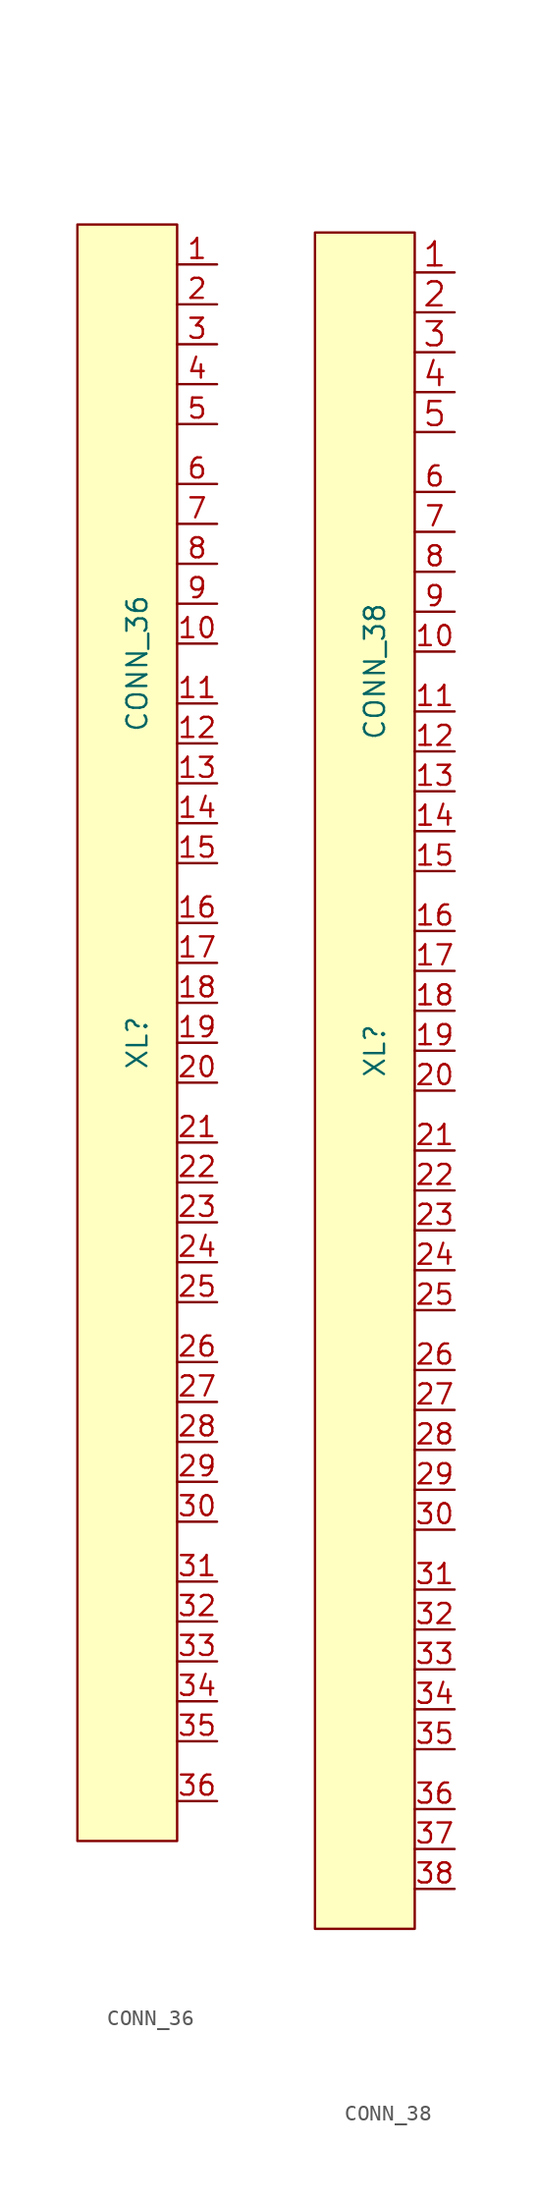
<source format=kicad_sym>
(kicad_symbol_lib
  (version 20201005)
  (generator kicad_symbol_editor)
  (symbol "Connectors_kl:CONN_36"
    (pin_names
      (offset 1.016))
    (property "Reference" "XL"
      (at -1.27 -24.13 90)
      (effects (font (size 1.27 1.27))))
    (property "Value" "CONN_36"
      (at -1.27 0 90)
      (effects (font (size 1.27 1.27))))
    (property "Footprint" ""
      (at 0 0 0)
      (effects (font (size 1.524 1.524))))
    (property "Datasheet" ""
      (at 0 0 0)
      (effects (font (size 1.524 1.524))))
    (symbol "CONN_36_0_1"
      (rectangle (start -5.08 27.94) (end 1.27 -74.93) (stroke (width 0)) (fill (type background))))
    (symbol "CONN_36_1_1"
      (pin passive line (at 3.81 25.4 180) (length 2.54) (name "~" (effects (font (size 1.27 1.27)))) (number "1" (effects (font (size 1.27 1.27)))))
      (pin passive line (at 3.81 1.27 180) (length 2.54) (name "~" (effects (font (size 1.27 1.27)))) (number "10" (effects (font (size 1.27 1.27)))))
      (pin passive line (at 3.81 -2.54 180) (length 2.54) (name "~" (effects (font (size 1.27 1.27)))) (number "11" (effects (font (size 1.27 1.27)))))
      (pin passive line (at 3.81 -5.08 180) (length 2.54) (name "~" (effects (font (size 1.27 1.27)))) (number "12" (effects (font (size 1.27 1.27)))))
      (pin passive line (at 3.81 -7.62 180) (length 2.54) (name "~" (effects (font (size 1.27 1.27)))) (number "13" (effects (font (size 1.27 1.27)))))
      (pin passive line (at 3.81 -10.16 180) (length 2.54) (name "~" (effects (font (size 1.27 1.27)))) (number "14" (effects (font (size 1.27 1.27)))))
      (pin passive line (at 3.81 -12.7 180) (length 2.54) (name "~" (effects (font (size 1.27 1.27)))) (number "15" (effects (font (size 1.27 1.27)))))
      (pin passive line (at 3.81 -16.51 180) (length 2.54) (name "~" (effects (font (size 1.27 1.27)))) (number "16" (effects (font (size 1.27 1.27)))))
      (pin passive line (at 3.81 -19.05 180) (length 2.54) (name "~" (effects (font (size 1.27 1.27)))) (number "17" (effects (font (size 1.27 1.27)))))
      (pin passive line (at 3.81 -21.59 180) (length 2.54) (name "~" (effects (font (size 1.27 1.27)))) (number "18" (effects (font (size 1.27 1.27)))))
      (pin passive line (at 3.81 -24.13 180) (length 2.54) (name "~" (effects (font (size 1.27 1.27)))) (number "19" (effects (font (size 1.27 1.27)))))
      (pin passive line (at 3.81 22.86 180) (length 2.54) (name "~" (effects (font (size 1.27 1.27)))) (number "2" (effects (font (size 1.27 1.27)))))
      (pin passive line (at 3.81 -26.67 180) (length 2.54) (name "~" (effects (font (size 1.27 1.27)))) (number "20" (effects (font (size 1.27 1.27)))))
      (pin passive line (at 3.81 -30.48 180) (length 2.54) (name "~" (effects (font (size 1.27 1.27)))) (number "21" (effects (font (size 1.27 1.27)))))
      (pin passive line (at 3.81 -33.02 180) (length 2.54) (name "~" (effects (font (size 1.27 1.27)))) (number "22" (effects (font (size 1.27 1.27)))))
      (pin passive line (at 3.81 -35.56 180) (length 2.54) (name "~" (effects (font (size 1.27 1.27)))) (number "23" (effects (font (size 1.27 1.27)))))
      (pin passive line (at 3.81 -38.1 180) (length 2.54) (name "~" (effects (font (size 1.27 1.27)))) (number "24" (effects (font (size 1.27 1.27)))))
      (pin passive line (at 3.81 -40.64 180) (length 2.54) (name "~" (effects (font (size 1.27 1.27)))) (number "25" (effects (font (size 1.27 1.27)))))
      (pin passive line (at 3.81 -44.45 180) (length 2.54) (name "~" (effects (font (size 1.27 1.27)))) (number "26" (effects (font (size 1.27 1.27)))))
      (pin passive line (at 3.81 -46.99 180) (length 2.54) (name "~" (effects (font (size 1.27 1.27)))) (number "27" (effects (font (size 1.27 1.27)))))
      (pin passive line (at 3.81 -49.53 180) (length 2.54) (name "~" (effects (font (size 1.27 1.27)))) (number "28" (effects (font (size 1.27 1.27)))))
      (pin passive line (at 3.81 -52.07 180) (length 2.54) (name "~" (effects (font (size 1.27 1.27)))) (number "29" (effects (font (size 1.27 1.27)))))
      (pin passive line (at 3.81 20.32 180) (length 2.54) (name "~" (effects (font (size 1.27 1.27)))) (number "3" (effects (font (size 1.27 1.27)))))
      (pin passive line (at 3.81 -54.61 180) (length 2.54) (name "~" (effects (font (size 1.27 1.27)))) (number "30" (effects (font (size 1.27 1.27)))))
      (pin passive line (at 3.81 -58.42 180) (length 2.54) (name "~" (effects (font (size 1.27 1.27)))) (number "31" (effects (font (size 1.27 1.27)))))
      (pin passive line (at 3.81 -60.96 180) (length 2.54) (name "~" (effects (font (size 1.27 1.27)))) (number "32" (effects (font (size 1.27 1.27)))))
      (pin passive line (at 3.81 -63.5 180) (length 2.54) (name "~" (effects (font (size 1.27 1.27)))) (number "33" (effects (font (size 1.27 1.27)))))
      (pin passive line (at 3.81 -66.04 180) (length 2.54) (name "~" (effects (font (size 1.27 1.27)))) (number "34" (effects (font (size 1.27 1.27)))))
      (pin passive line (at 3.81 -68.58 180) (length 2.54) (name "~" (effects (font (size 1.27 1.27)))) (number "35" (effects (font (size 1.27 1.27)))))
      (pin passive line (at 3.81 -72.39 180) (length 2.54) (name "~" (effects (font (size 1.27 1.27)))) (number "36" (effects (font (size 1.27 1.27)))))
      (pin passive line (at 3.81 17.78 180) (length 2.54) (name "~" (effects (font (size 1.27 1.27)))) (number "4" (effects (font (size 1.27 1.27)))))
      (pin passive line (at 3.81 15.24 180) (length 2.54) (name "~" (effects (font (size 1.27 1.27)))) (number "5" (effects (font (size 1.27 1.27)))))
      (pin passive line (at 3.81 11.43 180) (length 2.54) (name "~" (effects (font (size 1.27 1.27)))) (number "6" (effects (font (size 1.27 1.27)))))
      (pin passive line (at 3.81 8.89 180) (length 2.54) (name "~" (effects (font (size 1.27 1.27)))) (number "7" (effects (font (size 1.27 1.27)))))
      (pin passive line (at 3.81 6.35 180) (length 2.54) (name "~" (effects (font (size 1.27 1.27)))) (number "8" (effects (font (size 1.27 1.27)))))
      (pin passive line (at 3.81 3.81 180) (length 2.54) (name "~" (effects (font (size 1.27 1.27)))) (number "9" (effects (font (size 1.27 1.27)))))))
  (symbol "Connectors_kl:CONN_38"
    (pin_names
      (offset 1.016))
    (property "Reference" "XL"
      (at -1.27 -24.13 90)
      (effects (font (size 1.27 1.27))))
    (property "Value" "CONN_38"
      (at -1.27 0 90)
      (effects (font (size 1.27 1.27))))
    (property "Footprint" ""
      (at 0 0 0)
      (effects (font (size 1.524 1.524))))
    (property "Datasheet" ""
      (at 0 0 0)
      (effects (font (size 1.524 1.524))))
    (symbol "CONN_38_0_1"
      (rectangle (start 1.27 27.94) (end -5.08 -80.01) (stroke (width 0)) (fill (type background))))
    (symbol "CONN_38_1_1"
      (pin passive line (at 3.81 25.4 180) (length 2.54) (name "~" (effects (font (size 1.524 1.524)))) (number "1" (effects (font (size 1.524 1.524)))))
      (pin input line (at 3.81 1.27 180) (length 2.54) (name "~" (effects (font (size 1.27 1.27)))) (number "10" (effects (font (size 1.27 1.27)))))
      (pin input line (at 3.81 -2.54 180) (length 2.54) (name "~" (effects (font (size 1.27 1.27)))) (number "11" (effects (font (size 1.27 1.27)))))
      (pin input line (at 3.81 -5.08 180) (length 2.54) (name "~" (effects (font (size 1.27 1.27)))) (number "12" (effects (font (size 1.27 1.27)))))
      (pin input line (at 3.81 -7.62 180) (length 2.54) (name "~" (effects (font (size 1.27 1.27)))) (number "13" (effects (font (size 1.27 1.27)))))
      (pin input line (at 3.81 -10.16 180) (length 2.54) (name "~" (effects (font (size 1.27 1.27)))) (number "14" (effects (font (size 1.27 1.27)))))
      (pin input line (at 3.81 -12.7 180) (length 2.54) (name "~" (effects (font (size 1.27 1.27)))) (number "15" (effects (font (size 1.27 1.27)))))
      (pin input line (at 3.81 -16.51 180) (length 2.54) (name "~" (effects (font (size 1.27 1.27)))) (number "16" (effects (font (size 1.27 1.27)))))
      (pin input line (at 3.81 -19.05 180) (length 2.54) (name "~" (effects (font (size 1.27 1.27)))) (number "17" (effects (font (size 1.27 1.27)))))
      (pin input line (at 3.81 -21.59 180) (length 2.54) (name "~" (effects (font (size 1.27 1.27)))) (number "18" (effects (font (size 1.27 1.27)))))
      (pin input line (at 3.81 -24.13 180) (length 2.54) (name "~" (effects (font (size 1.27 1.27)))) (number "19" (effects (font (size 1.27 1.27)))))
      (pin passive line (at 3.81 22.86 180) (length 2.54) (name "~" (effects (font (size 1.524 1.524)))) (number "2" (effects (font (size 1.524 1.524)))))
      (pin input line (at 3.81 -26.67 180) (length 2.54) (name "~" (effects (font (size 1.27 1.27)))) (number "20" (effects (font (size 1.27 1.27)))))
      (pin input line (at 3.81 -30.48 180) (length 2.54) (name "~" (effects (font (size 1.27 1.27)))) (number "21" (effects (font (size 1.27 1.27)))))
      (pin input line (at 3.81 -33.02 180) (length 2.54) (name "~" (effects (font (size 1.27 1.27)))) (number "22" (effects (font (size 1.27 1.27)))))
      (pin input line (at 3.81 -35.56 180) (length 2.54) (name "~" (effects (font (size 1.27 1.27)))) (number "23" (effects (font (size 1.27 1.27)))))
      (pin input line (at 3.81 -38.1 180) (length 2.54) (name "~" (effects (font (size 1.27 1.27)))) (number "24" (effects (font (size 1.27 1.27)))))
      (pin input line (at 3.81 -40.64 180) (length 2.54) (name "~" (effects (font (size 1.27 1.27)))) (number "25" (effects (font (size 1.27 1.27)))))
      (pin input line (at 3.81 -44.45 180) (length 2.54) (name "~" (effects (font (size 1.27 1.27)))) (number "26" (effects (font (size 1.27 1.27)))))
      (pin input line (at 3.81 -46.99 180) (length 2.54) (name "~" (effects (font (size 1.27 1.27)))) (number "27" (effects (font (size 1.27 1.27)))))
      (pin input line (at 3.81 -49.53 180) (length 2.54) (name "~" (effects (font (size 1.27 1.27)))) (number "28" (effects (font (size 1.27 1.27)))))
      (pin input line (at 3.81 -52.07 180) (length 2.54) (name "~" (effects (font (size 1.27 1.27)))) (number "29" (effects (font (size 1.27 1.27)))))
      (pin passive line (at 3.81 20.32 180) (length 2.54) (name "~" (effects (font (size 1.524 1.524)))) (number "3" (effects (font (size 1.524 1.524)))))
      (pin input line (at 3.81 -54.61 180) (length 2.54) (name "~" (effects (font (size 1.27 1.27)))) (number "30" (effects (font (size 1.27 1.27)))))
      (pin input line (at 3.81 -58.42 180) (length 2.54) (name "~" (effects (font (size 1.27 1.27)))) (number "31" (effects (font (size 1.27 1.27)))))
      (pin input line (at 3.81 -60.96 180) (length 2.54) (name "~" (effects (font (size 1.27 1.27)))) (number "32" (effects (font (size 1.27 1.27)))))
      (pin input line (at 3.81 -63.5 180) (length 2.54) (name "~" (effects (font (size 1.27 1.27)))) (number "33" (effects (font (size 1.27 1.27)))))
      (pin input line (at 3.81 -66.04 180) (length 2.54) (name "~" (effects (font (size 1.27 1.27)))) (number "34" (effects (font (size 1.27 1.27)))))
      (pin input line (at 3.81 -68.58 180) (length 2.54) (name "~" (effects (font (size 1.27 1.27)))) (number "35" (effects (font (size 1.27 1.27)))))
      (pin input line (at 3.81 -72.39 180) (length 2.54) (name "~" (effects (font (size 1.27 1.27)))) (number "36" (effects (font (size 1.27 1.27)))))
      (pin input line (at 3.81 -74.93 180) (length 2.54) (name "~" (effects (font (size 1.27 1.27)))) (number "37" (effects (font (size 1.27 1.27)))))
      (pin input line (at 3.81 -77.47 180) (length 2.54) (name "~" (effects (font (size 1.27 1.27)))) (number "38" (effects (font (size 1.27 1.27)))))
      (pin passive line (at 3.81 17.78 180) (length 2.54) (name "~" (effects (font (size 1.524 1.524)))) (number "4" (effects (font (size 1.524 1.524)))))
      (pin passive line (at 3.81 15.24 180) (length 2.54) (name "~" (effects (font (size 1.524 1.524)))) (number "5" (effects (font (size 1.524 1.524)))))
      (pin input line (at 3.81 11.43 180) (length 2.54) (name "~" (effects (font (size 1.27 1.27)))) (number "6" (effects (font (size 1.27 1.27)))))
      (pin input line (at 3.81 8.89 180) (length 2.54) (name "~" (effects (font (size 1.27 1.27)))) (number "7" (effects (font (size 1.27 1.27)))))
      (pin input line (at 3.81 6.35 180) (length 2.54) (name "~" (effects (font (size 1.27 1.27)))) (number "8" (effects (font (size 1.27 1.27)))))
      (pin input line (at 3.81 3.81 180) (length 2.54) (name "~" (effects (font (size 1.27 1.27)))) (number "9" (effects (font (size 1.27 1.27))))))))
</source>
